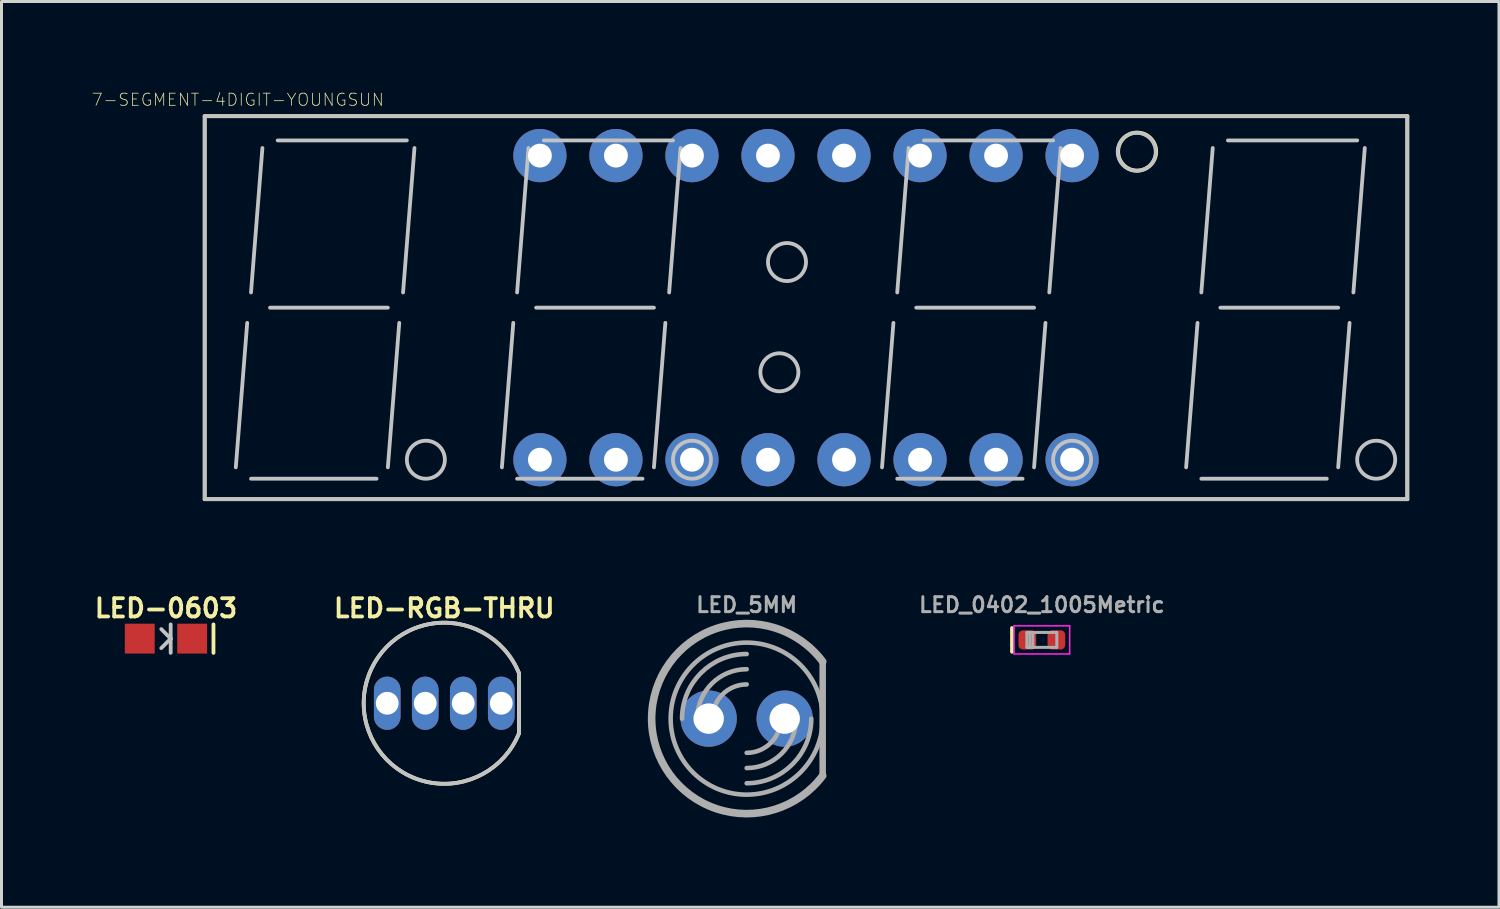
<source format=kicad_pcb>
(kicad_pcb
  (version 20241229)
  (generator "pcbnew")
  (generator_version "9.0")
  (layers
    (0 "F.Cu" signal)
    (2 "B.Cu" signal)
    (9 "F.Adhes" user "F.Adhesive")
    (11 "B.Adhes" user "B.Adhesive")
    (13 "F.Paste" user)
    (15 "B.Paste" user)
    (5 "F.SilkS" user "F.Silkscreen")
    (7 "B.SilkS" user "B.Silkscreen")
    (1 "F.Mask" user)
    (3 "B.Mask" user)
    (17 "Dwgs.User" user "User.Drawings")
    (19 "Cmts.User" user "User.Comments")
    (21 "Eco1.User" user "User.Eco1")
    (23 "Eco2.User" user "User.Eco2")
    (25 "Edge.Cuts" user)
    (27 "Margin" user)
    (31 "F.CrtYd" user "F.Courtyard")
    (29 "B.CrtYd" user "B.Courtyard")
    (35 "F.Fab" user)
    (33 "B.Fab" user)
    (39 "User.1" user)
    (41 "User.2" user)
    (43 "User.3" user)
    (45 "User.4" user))
  (footprint "LED_5MM"
    (layer "F.Cu")
    (at 21.896 20.959)
    (property "Reference" "LED_5MM" (at 0 -3.8 0) (unlocked yes) (layer "F.Fab") (effects (font (size 0.5 0.5) (thickness 0.1))))
    (attr through_hole)
    (fp_line (start 2.54 1.905) (end 2.54 -1.905) (stroke (width 0.203) (type solid)) (layer "F.Fab"))
    (fp_line (start 2.54 1.905) (end 2.54 -1.905) (stroke (width 0.203) (type solid)) (layer "F.Fab"))
    (fp_arc (start -2.159 0) (mid -1.526644 -1.526644) (end 0 -2.159) (stroke (width 0.1524) (type solid)) (layer "F.Fab"))
    (fp_arc (start -1.651 0) (mid -1.167433 -1.167433) (end 0 -1.651) (stroke (width 0.1524) (type solid)) (layer "F.Fab"))
    (fp_arc (start -1.143 0) (mid -0.808223 -0.808223) (end 0 -1.143) (stroke (width 0.1524) (type solid)) (layer "F.Fab"))
    (fp_arc (start 1.143 0) (mid 0.808223 0.808223) (end 0 1.143) (stroke (width 0.1524) (type solid)) (layer "F.Fab"))
    (fp_arc (start 1.651 0) (mid 1.167433 1.167433) (end 0 1.651) (stroke (width 0.1524) (type solid)) (layer "F.Fab"))
    (fp_arc (start 2.159 0) (mid 1.526644 1.526644) (end 0 2.159) (stroke (width 0.1524) (type solid)) (layer "F.Fab"))
    (fp_arc (start 2.54 1.905) (mid -3.175 0) (end 2.54 -1.905) (stroke (width 0.254) (type solid)) (layer "F.Fab"))
    (fp_circle (center 0 0) (end 2.54 0) (stroke (width 0.152) (type solid)) (fill no) (layer "F.Fab"))
    (pad "A" thru_hole circle (at -1.27 0) (size 1.88 1.88) (drill 1.016) (layers "*.Cu" "*.Mask"))
    (pad "K" thru_hole circle (at 1.27 0) (size 1.88 1.88) (drill 1.016) (layers "*.Cu" "*.Mask")))
  (footprint "LED_0402_1005Metric"
    (layer "F.Cu")
    (at 31.758 18.329)
    (property "Reference" "LED_0402_1005Metric" (at 0 -1.17 0) (layer "F.Fab") (effects (font (size 0.5 0.5) (thickness 0.1))))
    (attr smd)
    (fp_line (start -1 -0.4) (end -1 0.4) (stroke (width 0.12) (type solid)) (layer "F.SilkS"))
    (fp_line (start -0.93 -0.47) (end 0.93 -0.47) (stroke (width 0.05) (type solid)) (layer "F.CrtYd"))
    (fp_line (start -0.93 0.47) (end -0.93 -0.47) (stroke (width 0.05) (type solid)) (layer "F.CrtYd"))
    (fp_line (start 0.93 -0.47) (end 0.93 0.47) (stroke (width 0.05) (type solid)) (layer "F.CrtYd"))
    (fp_line (start 0.93 0.47) (end -0.93 0.47) (stroke (width 0.05) (type solid)) (layer "F.CrtYd"))
    (fp_line (start -0.5 -0.25) (end 0.5 -0.25) (stroke (width 0.1) (type solid)) (layer "F.Fab"))
    (fp_line (start -0.5 0.25) (end -0.5 -0.25) (stroke (width 0.1) (type solid)) (layer "F.Fab"))
    (fp_line (start -0.4 0.25) (end -0.4 -0.25) (stroke (width 0.1) (type solid)) (layer "F.Fab"))
    (fp_line (start -0.3 0.25) (end -0.3 -0.25) (stroke (width 0.1) (type solid)) (layer "F.Fab"))
    (fp_line (start 0.5 -0.25) (end 0.5 0.25) (stroke (width 0.1) (type solid)) (layer "F.Fab"))
    (fp_line (start 0.5 0.25) (end -0.5 0.25) (stroke (width 0.1) (type solid)) (layer "F.Fab"))
    (pad "1" smd roundrect (at -0.485 0) (size 0.59 0.64) (layers "F.Cu" "F.Mask" "F.Paste") (roundrect_rratio 0.25))
    (pad "2" smd roundrect (at 0.485 0) (size 0.59 0.64) (layers "F.Cu" "F.Mask" "F.Paste") (roundrect_rratio 0.25)))
  (footprint "LED-RGB-THRU"
    (layer "F.Cu")
    (at 11.792 20.445)
    (property "Reference" "LED-RGB-THRU" (at 0 -3.175 0) (layer "F.SilkS") (effects (font (size 0.61 0.61) (thickness 0.127))))
    (attr exclude_from_pos_files exclude_from_bom)
    (fp_line (start 2.499 0.998) (end 2.499 -0.998) (stroke (width 0.127) (type solid)) (layer "F.SilkS"))
    (fp_line (start 2.499 0.998) (end 2.499 -0.998) (stroke (width 0.127) (type solid)) (layer "F.SilkS"))
    (fp_arc (start 2.49936 0.99822) (mid -2.691325 0.003698) (end 2.496608 -1.005084) (stroke (width 0.127) (type solid)) (layer "F.SilkS"))
    (fp_line (start 2.499 0.998) (end 2.499 -0.998) (stroke (width 0.127) (type solid)) (layer "Dwgs.User"))
    (fp_arc (start 2.49936 0.99822) (mid -2.691325 0.003698) (end 2.496608 -1.005084) (stroke (width 0.127) (type solid)) (layer "Dwgs.User"))
    (pad "1" thru_hole oval (at 1.905 0 180) (size 0.889 1.778) (drill 0.762) (layers "*.Cu" "*.Mask"))
    (pad "2" thru_hole oval (at 0.635 0 180) (size 0.889 1.778) (drill 0.762) (layers "*.Cu" "*.Mask"))
    (pad "3" thru_hole oval (at -0.635 0 180) (size 0.889 1.778) (drill 0.762) (layers "*.Cu" "*.Mask"))
    (pad "4" thru_hole oval (at -1.905 0 180) (size 0.889 1.778) (drill 0.762) (layers "*.Cu" "*.Mask")))
  (footprint "7-SEGMENT-4DIGIT-YOUNGSUN"
    (layer "F.Cu")
    (at 23.878 7.229)
    (property "Reference" "7-SEGMENT-4DIGIT-YOUNGSUN" (at -18.984 -6.947 0) (layer "F.SilkS") (effects (font (size 0.406 0.406) (thickness 0.025))))
    (attr exclude_from_pos_files exclude_from_bom)
    (fp_line (start -20.089 -6.398) (end -20.089 6.398) (stroke (width 0.127) (type solid)) (layer "F.SilkS"))
    (fp_line (start -20.089 -6.398) (end 20.089 -6.398) (stroke (width 0.127) (type solid)) (layer "F.SilkS"))
    (fp_line (start -20.089 6.398) (end 20.089 6.398) (stroke (width 0.127) (type solid)) (layer "F.SilkS"))
    (fp_line (start 20.089 -6.398) (end 20.089 6.398) (stroke (width 0.127) (type solid)) (layer "F.SilkS"))
    (fp_circle (center 11.064 -5.215) (end 11.064 -5.85) (stroke (width 0.127) (type solid)) (fill no) (layer "F.SilkS"))
    (fp_line (start -20.089 -6.398) (end -20.089 6.398) (stroke (width 0.127) (type solid)) (layer "Dwgs.User"))
    (fp_line (start -20.089 -6.398) (end 20.089 -6.398) (stroke (width 0.127) (type solid)) (layer "Dwgs.User"))
    (fp_line (start -20.089 6.398) (end 20.089 6.398) (stroke (width 0.127) (type solid)) (layer "Dwgs.User"))
    (fp_line (start -18.669 0.508) (end -19.05 5.334) (stroke (width 0.127) (type solid)) (layer "Dwgs.User"))
    (fp_line (start -18.542 5.715) (end -14.348 5.715) (stroke (width 0.127) (type solid)) (layer "Dwgs.User"))
    (fp_line (start -18.161 -5.334) (end -18.542 -0.508) (stroke (width 0.127) (type solid)) (layer "Dwgs.User"))
    (fp_line (start -17.907 0) (end -13.97 0) (stroke (width 0.127) (type solid)) (layer "Dwgs.User"))
    (fp_line (start -17.65 -5.588) (end -13.335 -5.588) (stroke (width 0.127) (type solid)) (layer "Dwgs.User"))
    (fp_line (start -13.589 0.508) (end -13.97 5.334) (stroke (width 0.127) (type solid)) (layer "Dwgs.User"))
    (fp_line (start -13.081 -5.334) (end -13.462 -0.508) (stroke (width 0.127) (type solid)) (layer "Dwgs.User"))
    (fp_line (start -9.779 0.508) (end -10.16 5.334) (stroke (width 0.127) (type solid)) (layer "Dwgs.User"))
    (fp_line (start -9.652 5.715) (end -5.461 5.715) (stroke (width 0.127) (type solid)) (layer "Dwgs.User"))
    (fp_line (start -9.271 -5.334) (end -9.652 -0.508) (stroke (width 0.127) (type solid)) (layer "Dwgs.User"))
    (fp_line (start -9.017 0) (end -5.08 0) (stroke (width 0.127) (type solid)) (layer "Dwgs.User"))
    (fp_line (start -8.76 -5.588) (end -4.445 -5.588) (stroke (width 0.127) (type solid)) (layer "Dwgs.User"))
    (fp_line (start -4.699 0.508) (end -5.08 5.334) (stroke (width 0.127) (type solid)) (layer "Dwgs.User"))
    (fp_line (start -4.191 -5.334) (end -4.572 -0.508) (stroke (width 0.127) (type solid)) (layer "Dwgs.User"))
    (fp_line (start 2.921 0.508) (end 2.54 5.334) (stroke (width 0.127) (type solid)) (layer "Dwgs.User"))
    (fp_line (start 3.048 5.715) (end 7.236 5.715) (stroke (width 0.127) (type solid)) (layer "Dwgs.User"))
    (fp_line (start 3.429 -5.334) (end 3.048 -0.508) (stroke (width 0.127) (type solid)) (layer "Dwgs.User"))
    (fp_line (start 3.683 0) (end 7.62 0) (stroke (width 0.127) (type solid)) (layer "Dwgs.User"))
    (fp_line (start 3.937 -5.588) (end 8.255 -5.588) (stroke (width 0.127) (type solid)) (layer "Dwgs.User"))
    (fp_line (start 8.001 0.508) (end 7.62 5.334) (stroke (width 0.127) (type solid)) (layer "Dwgs.User"))
    (fp_line (start 8.509 -5.334) (end 8.128 -0.508) (stroke (width 0.127) (type solid)) (layer "Dwgs.User"))
    (fp_line (start 13.081 0.508) (end 12.7 5.334) (stroke (width 0.127) (type solid)) (layer "Dwgs.User"))
    (fp_line (start 13.208 5.715) (end 17.399 5.715) (stroke (width 0.127) (type solid)) (layer "Dwgs.User"))
    (fp_line (start 13.589 -5.334) (end 13.208 -0.508) (stroke (width 0.127) (type solid)) (layer "Dwgs.User"))
    (fp_line (start 13.843 0) (end 17.78 0) (stroke (width 0.127) (type solid)) (layer "Dwgs.User"))
    (fp_line (start 14.097 -5.588) (end 18.415 -5.588) (stroke (width 0.127) (type solid)) (layer "Dwgs.User"))
    (fp_line (start 18.161 0.508) (end 17.78 5.334) (stroke (width 0.127) (type solid)) (layer "Dwgs.User"))
    (fp_line (start 18.669 -5.334) (end 18.288 -0.508) (stroke (width 0.127) (type solid)) (layer "Dwgs.User"))
    (fp_line (start 20.089 -6.398) (end 20.089 6.398) (stroke (width 0.127) (type solid)) (layer "Dwgs.User"))
    (fp_circle (center -12.7 5.08) (end -12.7 4.445) (stroke (width 0.127) (type solid)) (fill no) (layer "Dwgs.User"))
    (fp_circle (center -3.81 5.08) (end -3.81 4.445) (stroke (width 0.127) (type solid)) (fill no) (layer "Dwgs.User"))
    (fp_circle (center -0.889 2.159) (end -0.889 1.524) (stroke (width 0.127) (type solid)) (fill no) (layer "Dwgs.User"))
    (fp_circle (center -0.635 -1.524) (end -0.635 -2.159) (stroke (width 0.127) (type solid)) (fill no) (layer "Dwgs.User"))
    (fp_circle (center 8.89 5.08) (end 8.89 4.445) (stroke (width 0.127) (type solid)) (fill no) (layer "Dwgs.User"))
    (fp_circle (center 11.049 -5.207) (end 11.049 -5.842) (stroke (width 0.127) (type solid)) (fill no) (layer "Dwgs.User"))
    (fp_circle (center 19.05 5.08) (end 19.05 4.445) (stroke (width 0.127) (type solid)) (fill no) (layer "Dwgs.User"))
    (pad "1" thru_hole circle (at -8.89 5.08) (size 1.778 1.778) (drill 0.798) (layers "*.Cu" "*.Mask"))
    (pad "2" thru_hole circle (at -6.35 5.08) (size 1.778 1.778) (drill 0.798) (layers "*.Cu" "*.Mask"))
    (pad "3" thru_hole circle (at -3.81 5.08) (size 1.778 1.778) (drill 0.798) (layers "*.Cu" "*.Mask"))
    (pad "4" thru_hole circle (at -1.27 5.08) (size 1.778 1.778) (drill 0.798) (layers "*.Cu" "*.Mask"))
    (pad "5" thru_hole circle (at 1.27 5.08) (size 1.778 1.778) (drill 0.798) (layers "*.Cu" "*.Mask"))
    (pad "6" thru_hole circle (at 3.81 5.08) (size 1.778 1.778) (drill 0.798) (layers "*.Cu" "*.Mask"))
    (pad "7" thru_hole circle (at 6.35 5.08) (size 1.778 1.778) (drill 0.798) (layers "*.Cu" "*.Mask"))
    (pad "8" thru_hole circle (at 8.89 5.08) (size 1.778 1.778) (drill 0.798) (layers "*.Cu" "*.Mask"))
    (pad "9" thru_hole circle (at 8.89 -5.08) (size 1.778 1.778) (drill 0.798) (layers "*.Cu" "*.Mask"))
    (pad "10" thru_hole circle (at 6.35 -5.08) (size 1.778 1.778) (drill 0.798) (layers "*.Cu" "*.Mask"))
    (pad "11" thru_hole circle (at 3.81 -5.08) (size 1.778 1.778) (drill 0.798) (layers "*.Cu" "*.Mask"))
    (pad "12" thru_hole circle (at 1.27 -5.08) (size 1.778 1.778) (drill 0.798) (layers "*.Cu" "*.Mask"))
    (pad "13" thru_hole circle (at -1.27 -5.08) (size 1.778 1.778) (drill 0.798) (layers "*.Cu" "*.Mask"))
    (pad "14" thru_hole circle (at -3.81 -5.08) (size 1.778 1.778) (drill 0.798) (layers "*.Cu" "*.Mask"))
    (pad "15" thru_hole circle (at -6.35 -5.08) (size 1.778 1.778) (drill 0.798) (layers "*.Cu" "*.Mask"))
    (pad "16" thru_hole circle (at -8.89 -5.08) (size 1.778 1.778) (drill 0.798) (layers "*.Cu" "*.Mask")))
  (footprint "LED-0603"
    (layer "F.Cu")
    (at 2.495 18.286)
    (property "Reference" "LED-0603" (at 0 -1.016 0) (layer "F.SilkS") (effects (font (size 0.61 0.61) (thickness 0.127))))
    (attr smd)
    (fp_line (start 1.587 -0.475) (end 1.587 0.475) (stroke (width 0.127) (type solid)) (layer "F.SilkS"))
    (fp_line (start 0.157 -0.475) (end 0.157 0) (stroke (width 0.127) (type solid)) (layer "Dwgs.User"))
    (fp_line (start 0.157 0) (end -0.157 -0.318) (stroke (width 0.127) (type solid)) (layer "Dwgs.User"))
    (fp_line (start 0.157 0) (end -0.157 0.318) (stroke (width 0.127) (type solid)) (layer "Dwgs.User"))
    (fp_line (start 0.157 0) (end 0.157 0.475) (stroke (width 0.127) (type solid)) (layer "Dwgs.User"))
    (pad "A" smd rect (at -0.876 0 270) (size 0.998 0.998) (layers "F.Cu" "F.Mask" "F.Paste"))
    (pad "C" smd rect (at 0.876 0 270) (size 0.998 0.998) (layers "F.Cu" "F.Mask" "F.Paste")))
  (gr_rect
    (start -3 -3)
    (end 47.03 27.261)
    (stroke (width 0.1) (type default))
    (fill no)
    (layer "Edge.Cuts")))
</source>
